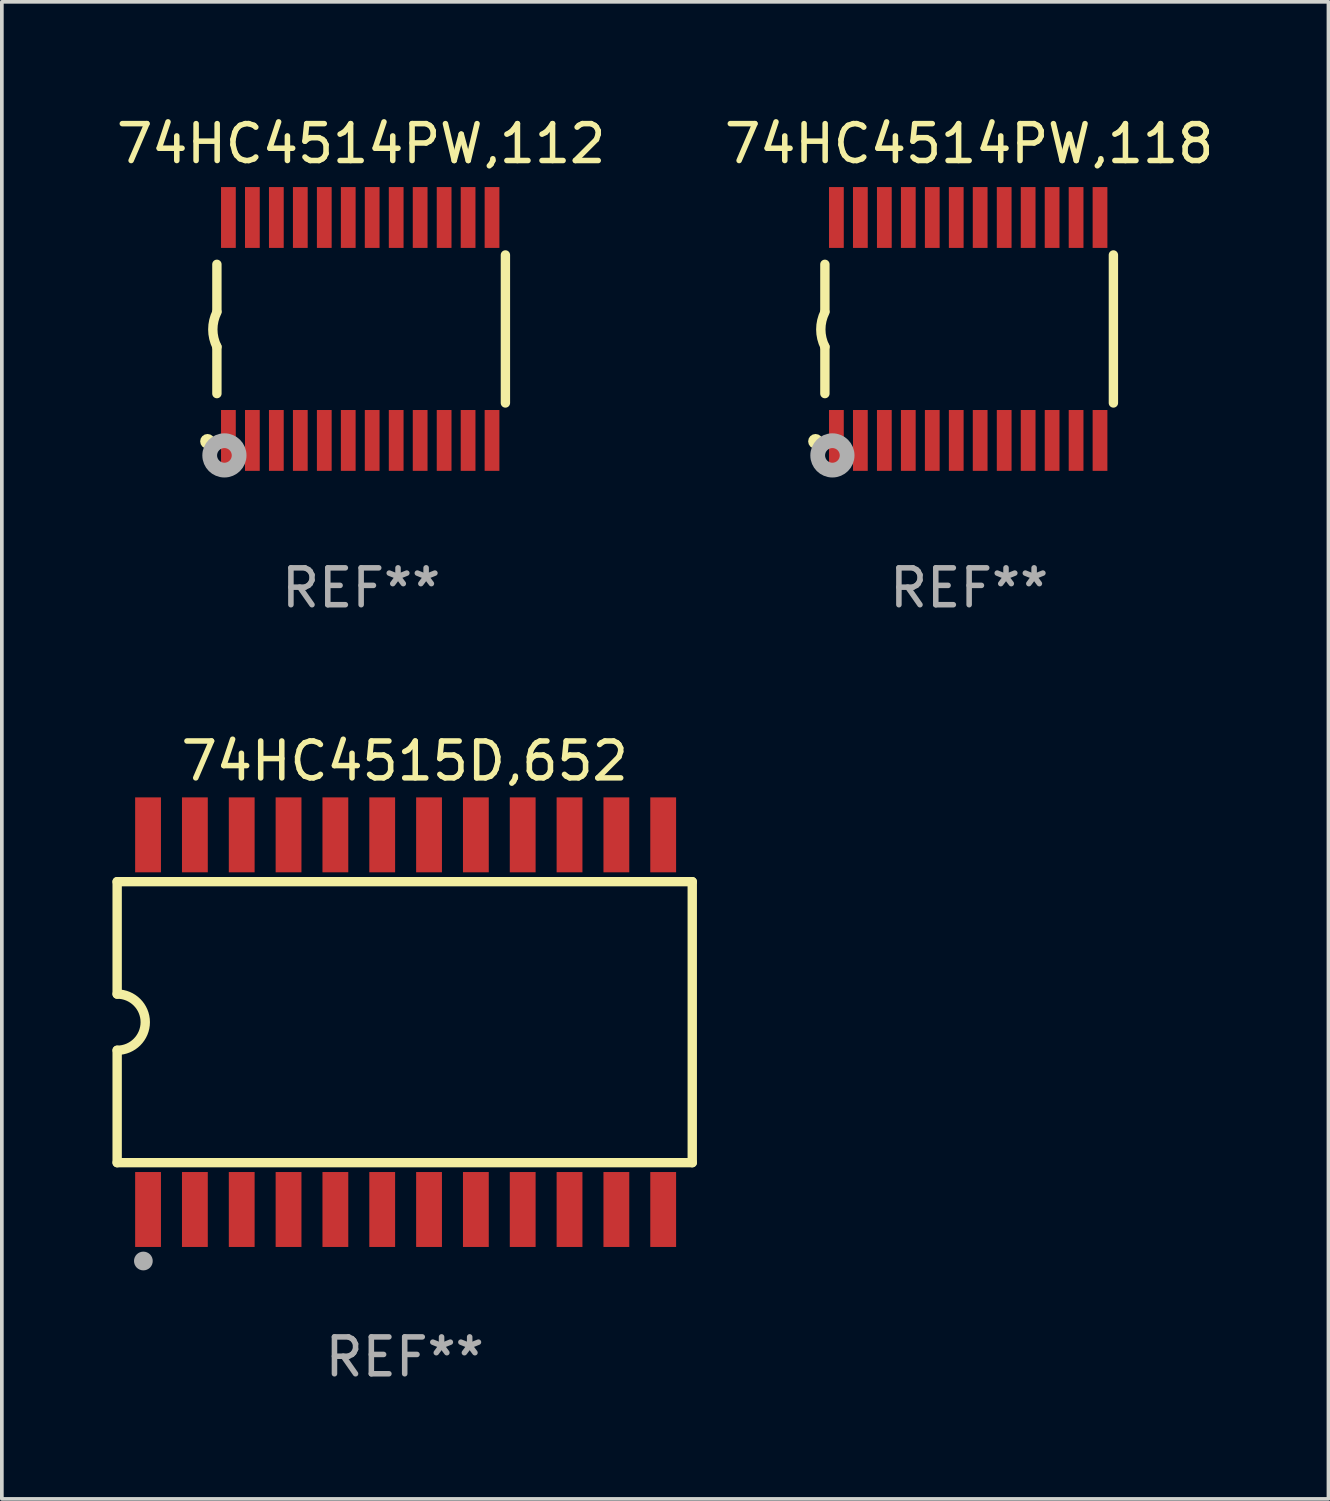
<source format=kicad_pcb>
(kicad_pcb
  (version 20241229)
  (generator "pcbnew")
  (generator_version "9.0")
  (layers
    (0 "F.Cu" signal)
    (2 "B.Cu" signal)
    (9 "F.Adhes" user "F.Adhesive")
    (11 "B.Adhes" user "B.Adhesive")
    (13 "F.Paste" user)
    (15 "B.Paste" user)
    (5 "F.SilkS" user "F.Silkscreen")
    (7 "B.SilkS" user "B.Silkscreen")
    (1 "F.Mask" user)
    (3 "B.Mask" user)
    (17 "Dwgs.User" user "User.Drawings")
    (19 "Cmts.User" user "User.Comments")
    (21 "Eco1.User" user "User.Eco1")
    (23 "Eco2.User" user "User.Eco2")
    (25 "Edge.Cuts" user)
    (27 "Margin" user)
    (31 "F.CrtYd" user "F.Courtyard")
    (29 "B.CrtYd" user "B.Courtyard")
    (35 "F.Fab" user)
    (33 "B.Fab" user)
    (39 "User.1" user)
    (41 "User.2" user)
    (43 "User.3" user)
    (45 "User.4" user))
  (footprint "74HC4515D,652"
    (layer "F.Cu")
    (at 7.925 24.67)
    (property "Reference" "74HC4515D,652" (at 0 -7.08 0) (layer "F.SilkS") (effects (font (size 1 1) (thickness 0.15))))
    (attr through_hole)
    (fp_line (start -7.798 -3.81) (end -7.798 -0.762) (stroke (width 0.254) (type solid)) (layer "F.SilkS"))
    (fp_line (start -7.798 3.81) (end -7.798 0.762) (stroke (width 0.254) (type solid)) (layer "F.SilkS"))
    (fp_line (start 7.798 -3.81) (end -7.798 -3.81) (stroke (width 0.254) (type solid)) (layer "F.SilkS"))
    (fp_line (start 7.798 3.81) (end -7.798 3.81) (stroke (width 0.254) (type solid)) (layer "F.SilkS"))
    (fp_line (start 7.798 3.81) (end 7.798 -3.81) (stroke (width 0.254) (type solid)) (layer "F.SilkS"))
    (fp_arc (start -7.797791 -0.762002) (mid -7.03579 -0.000001) (end -7.79779 0.762002) (stroke (width 0.254001) (type solid)) (layer "F.SilkS"))
    (fp_circle (center -7.825 3.75) (end -7.795 3.75) (stroke (width 0.06) (type solid)) (fill no) (layer "F.SilkS"))
    (fp_circle (center -7.087 6.477) (end -6.96 6.477) (stroke (width 0.254) (type solid)) (fill no) (layer "F.Fab"))
    (fp_text user "REF**" (at 0 9.08 0) (layer "F.Fab") (effects (font (size 1 1) (thickness 0.15))))
    (pad "1" smd rect (at -6.96 5.08 90) (size 2.032 0.7) (layers "F.Cu" "F.Mask" "F.Paste"))
    (pad "2" smd rect (at -5.69 5.08 90) (size 2.032 0.7) (layers "F.Cu" "F.Mask" "F.Paste"))
    (pad "3" smd rect (at -4.42 5.08 90) (size 2.032 0.7) (layers "F.Cu" "F.Mask" "F.Paste"))
    (pad "4" smd rect (at -3.15 5.08 90) (size 2.032 0.7) (layers "F.Cu" "F.Mask" "F.Paste"))
    (pad "5" smd rect (at -1.88 5.08 90) (size 2.032 0.7) (layers "F.Cu" "F.Mask" "F.Paste"))
    (pad "6" smd rect (at -0.61 5.08 90) (size 2.032 0.7) (layers "F.Cu" "F.Mask" "F.Paste"))
    (pad "7" smd rect (at 0.66 5.08 90) (size 2.032 0.7) (layers "F.Cu" "F.Mask" "F.Paste"))
    (pad "8" smd rect (at 1.93 5.08 90) (size 2.032 0.7) (layers "F.Cu" "F.Mask" "F.Paste"))
    (pad "9" smd rect (at 3.2 5.08 90) (size 2.032 0.7) (layers "F.Cu" "F.Mask" "F.Paste"))
    (pad "10" smd rect (at 4.47 5.08 90) (size 2.032 0.7) (layers "F.Cu" "F.Mask" "F.Paste"))
    (pad "11" smd rect (at 5.74 5.08 90) (size 2.032 0.7) (layers "F.Cu" "F.Mask" "F.Paste"))
    (pad "12" smd rect (at 7.01 5.08 90) (size 2.032 0.7) (layers "F.Cu" "F.Mask" "F.Paste"))
    (pad "13" smd rect (at 7.01 -5.08 90) (size 2.032 0.7) (layers "F.Cu" "F.Mask" "F.Paste"))
    (pad "14" smd rect (at 5.74 -5.08 90) (size 2.032 0.7) (layers "F.Cu" "F.Mask" "F.Paste"))
    (pad "15" smd rect (at 4.47 -5.08 90) (size 2.032 0.7) (layers "F.Cu" "F.Mask" "F.Paste"))
    (pad "16" smd rect (at 3.2 -5.08 90) (size 2.032 0.7) (layers "F.Cu" "F.Mask" "F.Paste"))
    (pad "17" smd rect (at 1.93 -5.08 90) (size 2.032 0.7) (layers "F.Cu" "F.Mask" "F.Paste"))
    (pad "18" smd rect (at 0.66 -5.08 90) (size 2.032 0.7) (layers "F.Cu" "F.Mask" "F.Paste"))
    (pad "19" smd rect (at -0.61 -5.08 90) (size 2.032 0.7) (layers "F.Cu" "F.Mask" "F.Paste"))
    (pad "20" smd rect (at -1.88 -5.08 90) (size 2.032 0.7) (layers "F.Cu" "F.Mask" "F.Paste"))
    (pad "21" smd rect (at -3.15 -5.08 90) (size 2.032 0.7) (layers "F.Cu" "F.Mask" "F.Paste"))
    (pad "22" smd rect (at -4.42 -5.08 90) (size 2.032 0.7) (layers "F.Cu" "F.Mask" "F.Paste"))
    (pad "23" smd rect (at -5.69 -5.08 90) (size 2.032 0.7) (layers "F.Cu" "F.Mask" "F.Paste"))
    (pad "24" smd rect (at -6.96 -5.08 90) (size 2.032 0.7) (layers "F.Cu" "F.Mask" "F.Paste")))
  (footprint "74HC4514PW,118"
    (layer "F.Cu")
    (at 23.232 5.871)
    (property "Reference" "74HC4514PW,118" (at 0 -5.023 0) (layer "F.SilkS") (effects (font (size 1 1) (thickness 0.15))))
    (attr through_hole)
    (fp_line (start -3.912 -0.483) (end -3.912 -1.753) (stroke (width 0.254) (type solid)) (layer "F.SilkS"))
    (fp_line (start -3.912 1.753) (end -3.912 0.483) (stroke (width 0.254) (type solid)) (layer "F.SilkS"))
    (fp_line (start 3.912 -2.007) (end 3.912 2.007) (stroke (width 0.254) (type solid)) (layer "F.SilkS"))
    (fp_arc (start -3.911608 0.482601) (mid -4.022537 0.0127) (end -3.911608 -0.457201) (stroke (width 0.254001) (type solid)) (layer "F.SilkS"))
    (fp_circle (center -4.166 3.048) (end -4.066 3.048) (stroke (width 0.2) (type solid)) (fill no) (layer "F.SilkS"))
    (fp_circle (center -3.925 3.186) (end -3.895 3.186) (stroke (width 0.06) (type solid)) (fill no) (layer "F.SilkS"))
    (fp_circle (center -3.708 3.429) (end -3.509 3.429) (stroke (width 0.4) (type solid)) (fill no) (layer "F.Fab"))
    (fp_text user "REF**" (at 0 7.023 0) (layer "F.Fab") (effects (font (size 1 1) (thickness 0.15))))
    (pad "1" smd rect (at -3.6 3.023) (size 0.4 1.65) (layers "F.Cu" "F.Mask" "F.Paste"))
    (pad "2" smd rect (at -2.95 3.023) (size 0.4 1.65) (layers "F.Cu" "F.Mask" "F.Paste"))
    (pad "3" smd rect (at -2.3 3.023) (size 0.4 1.65) (layers "F.Cu" "F.Mask" "F.Paste"))
    (pad "4" smd rect (at -1.65 3.023) (size 0.4 1.65) (layers "F.Cu" "F.Mask" "F.Paste"))
    (pad "5" smd rect (at -1 3.023) (size 0.4 1.65) (layers "F.Cu" "F.Mask" "F.Paste"))
    (pad "6" smd rect (at -0.35 3.023) (size 0.4 1.65) (layers "F.Cu" "F.Mask" "F.Paste"))
    (pad "7" smd rect (at 0.299 3.023) (size 0.4 1.65) (layers "F.Cu" "F.Mask" "F.Paste"))
    (pad "8" smd rect (at 0.95 3.023) (size 0.4 1.65) (layers "F.Cu" "F.Mask" "F.Paste"))
    (pad "9" smd rect (at 1.6 3.023) (size 0.4 1.65) (layers "F.Cu" "F.Mask" "F.Paste"))
    (pad "10" smd rect (at 2.25 3.023) (size 0.4 1.65) (layers "F.Cu" "F.Mask" "F.Paste"))
    (pad "11" smd rect (at 2.9 3.023) (size 0.4 1.65) (layers "F.Cu" "F.Mask" "F.Paste"))
    (pad "12" smd rect (at 3.549 3.023) (size 0.4 1.65) (layers "F.Cu" "F.Mask" "F.Paste"))
    (pad "13" smd rect (at 3.549 -3.023) (size 0.4 1.65) (layers "F.Cu" "F.Mask" "F.Paste"))
    (pad "14" smd rect (at 2.9 -3.023) (size 0.4 1.65) (layers "F.Cu" "F.Mask" "F.Paste"))
    (pad "15" smd rect (at 2.25 -3.023) (size 0.4 1.65) (layers "F.Cu" "F.Mask" "F.Paste"))
    (pad "16" smd rect (at 1.6 -3.023) (size 0.4 1.65) (layers "F.Cu" "F.Mask" "F.Paste"))
    (pad "17" smd rect (at 0.95 -3.023) (size 0.4 1.65) (layers "F.Cu" "F.Mask" "F.Paste"))
    (pad "18" smd rect (at 0.299 -3.023) (size 0.4 1.65) (layers "F.Cu" "F.Mask" "F.Paste"))
    (pad "19" smd rect (at -0.35 -3.023) (size 0.4 1.65) (layers "F.Cu" "F.Mask" "F.Paste"))
    (pad "20" smd rect (at -1 -3.023) (size 0.4 1.65) (layers "F.Cu" "F.Mask" "F.Paste"))
    (pad "21" smd rect (at -1.65 -3.023) (size 0.4 1.65) (layers "F.Cu" "F.Mask" "F.Paste"))
    (pad "22" smd rect (at -2.3 -3.023) (size 0.4 1.65) (layers "F.Cu" "F.Mask" "F.Paste"))
    (pad "23" smd rect (at -2.95 -3.023) (size 0.4 1.65) (layers "F.Cu" "F.Mask" "F.Paste"))
    (pad "24" smd rect (at -3.6 -3.023) (size 0.4 1.65) (layers "F.Cu" "F.Mask" "F.Paste")))
  (footprint "74HC4514PW,112"
    (layer "F.Cu")
    (at 6.744 5.871)
    (property "Reference" "74HC4514PW,112" (at 0 -5.023 0) (layer "F.SilkS") (effects (font (size 1 1) (thickness 0.15))))
    (attr through_hole)
    (fp_line (start -3.912 -0.483) (end -3.912 -1.753) (stroke (width 0.254) (type solid)) (layer "F.SilkS"))
    (fp_line (start -3.912 1.753) (end -3.912 0.483) (stroke (width 0.254) (type solid)) (layer "F.SilkS"))
    (fp_line (start 3.912 -2.007) (end 3.912 2.007) (stroke (width 0.254) (type solid)) (layer "F.SilkS"))
    (fp_arc (start -3.911608 0.482601) (mid -4.022537 0.0127) (end -3.911608 -0.457201) (stroke (width 0.254001) (type solid)) (layer "F.SilkS"))
    (fp_circle (center -4.166 3.048) (end -4.066 3.048) (stroke (width 0.2) (type solid)) (fill no) (layer "F.SilkS"))
    (fp_circle (center -3.925 3.186) (end -3.895 3.186) (stroke (width 0.06) (type solid)) (fill no) (layer "F.SilkS"))
    (fp_circle (center -3.708 3.429) (end -3.509 3.429) (stroke (width 0.4) (type solid)) (fill no) (layer "F.Fab"))
    (fp_text user "REF**" (at 0 7.023 0) (layer "F.Fab") (effects (font (size 1 1) (thickness 0.15))))
    (pad "1" smd rect (at -3.6 3.023) (size 0.4 1.65) (layers "F.Cu" "F.Mask" "F.Paste"))
    (pad "2" smd rect (at -2.95 3.023) (size 0.4 1.65) (layers "F.Cu" "F.Mask" "F.Paste"))
    (pad "3" smd rect (at -2.3 3.023) (size 0.4 1.65) (layers "F.Cu" "F.Mask" "F.Paste"))
    (pad "4" smd rect (at -1.65 3.023) (size 0.4 1.65) (layers "F.Cu" "F.Mask" "F.Paste"))
    (pad "5" smd rect (at -1 3.023) (size 0.4 1.65) (layers "F.Cu" "F.Mask" "F.Paste"))
    (pad "6" smd rect (at -0.35 3.023) (size 0.4 1.65) (layers "F.Cu" "F.Mask" "F.Paste"))
    (pad "7" smd rect (at 0.299 3.023) (size 0.4 1.65) (layers "F.Cu" "F.Mask" "F.Paste"))
    (pad "8" smd rect (at 0.95 3.023) (size 0.4 1.65) (layers "F.Cu" "F.Mask" "F.Paste"))
    (pad "9" smd rect (at 1.6 3.023) (size 0.4 1.65) (layers "F.Cu" "F.Mask" "F.Paste"))
    (pad "10" smd rect (at 2.25 3.023) (size 0.4 1.65) (layers "F.Cu" "F.Mask" "F.Paste"))
    (pad "11" smd rect (at 2.9 3.023) (size 0.4 1.65) (layers "F.Cu" "F.Mask" "F.Paste"))
    (pad "12" smd rect (at 3.549 3.023) (size 0.4 1.65) (layers "F.Cu" "F.Mask" "F.Paste"))
    (pad "13" smd rect (at 3.549 -3.023) (size 0.4 1.65) (layers "F.Cu" "F.Mask" "F.Paste"))
    (pad "14" smd rect (at 2.9 -3.023) (size 0.4 1.65) (layers "F.Cu" "F.Mask" "F.Paste"))
    (pad "15" smd rect (at 2.25 -3.023) (size 0.4 1.65) (layers "F.Cu" "F.Mask" "F.Paste"))
    (pad "16" smd rect (at 1.6 -3.023) (size 0.4 1.65) (layers "F.Cu" "F.Mask" "F.Paste"))
    (pad "17" smd rect (at 0.95 -3.023) (size 0.4 1.65) (layers "F.Cu" "F.Mask" "F.Paste"))
    (pad "18" smd rect (at 0.299 -3.023) (size 0.4 1.65) (layers "F.Cu" "F.Mask" "F.Paste"))
    (pad "19" smd rect (at -0.35 -3.023) (size 0.4 1.65) (layers "F.Cu" "F.Mask" "F.Paste"))
    (pad "20" smd rect (at -1 -3.023) (size 0.4 1.65) (layers "F.Cu" "F.Mask" "F.Paste"))
    (pad "21" smd rect (at -1.65 -3.023) (size 0.4 1.65) (layers "F.Cu" "F.Mask" "F.Paste"))
    (pad "22" smd rect (at -2.3 -3.023) (size 0.4 1.65) (layers "F.Cu" "F.Mask" "F.Paste"))
    (pad "23" smd rect (at -2.95 -3.023) (size 0.4 1.65) (layers "F.Cu" "F.Mask" "F.Paste"))
    (pad "24" smd rect (at -3.6 -3.023) (size 0.4 1.65) (layers "F.Cu" "F.Mask" "F.Paste")))
  (gr_rect
    (start -3 -3)
    (end 32.976 37.598)
    (stroke (width 0.1) (type default))
    (fill no)
    (layer "Edge.Cuts")))
</source>
